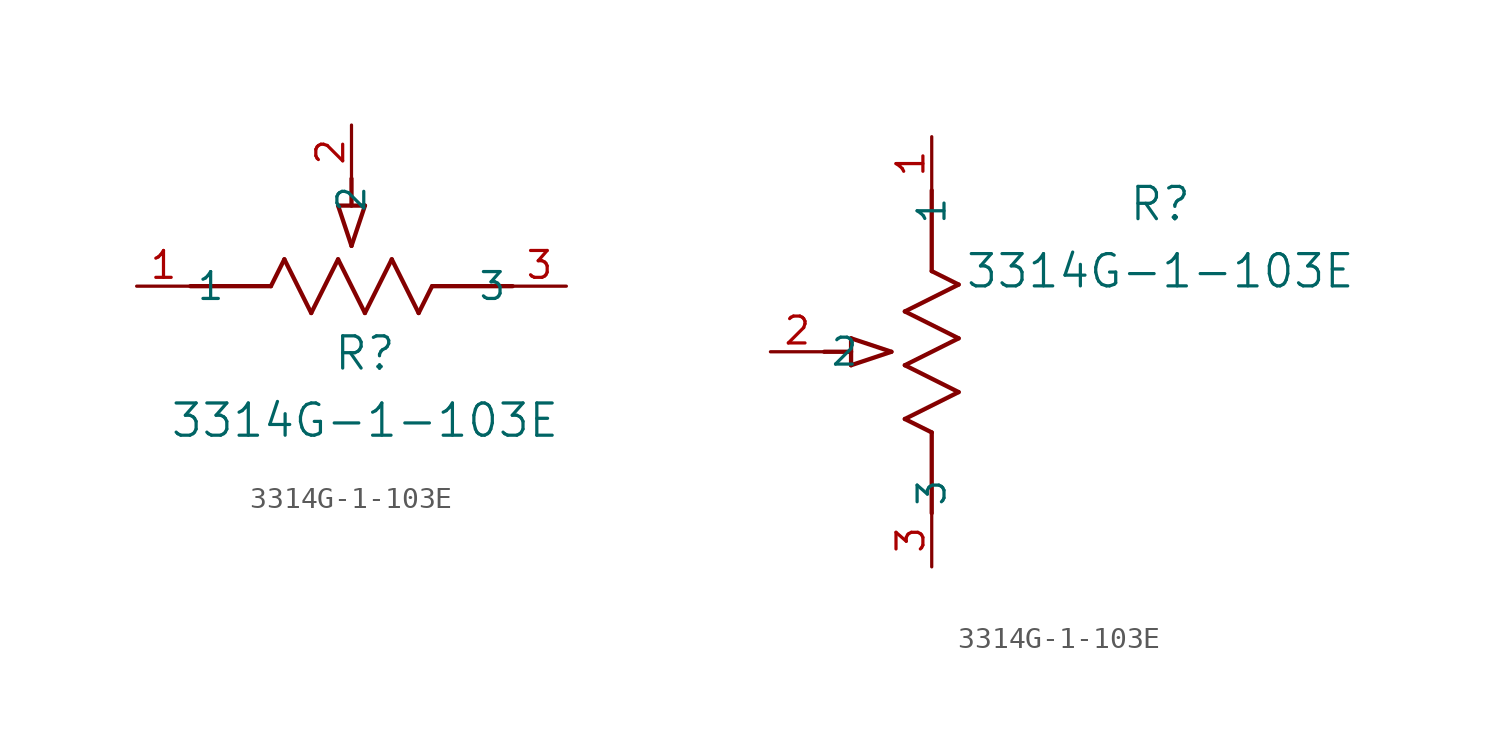
<source format=kicad_sym>
(kicad_symbol_lib
  (version 20211014)
  (generator kicad_symbol_editor)
  (symbol "3314G-1-103E"
    (pin_names
      (offset 0.254))
    (property "Reference" "R"
      (at 10.795 -3.175 0)
      (effects (font (size 1.524 1.524))))
    (property "Value" "3314G-1-103E"
      (at 10.795 -6.35 0)
      (effects (font (size 1.524 1.524))))
    (symbol "3314G-1-103E_1_1"
      (polyline (pts (xy 9.525 3.81) (xy 10.16 1.905)) (stroke (width 0.203) (type default) (color 0 0 0 0)) (fill (type none)))
      (polyline (pts (xy 10.795 3.81) (xy 10.16 1.905)) (stroke (width 0.203) (type default) (color 0 0 0 0)) (fill (type none)))
      (polyline (pts (xy 9.525 3.81) (xy 10.795 3.81)) (stroke (width 0.203) (type default) (color 0 0 0 0)) (fill (type none)))
      (polyline (pts (xy 10.16 3.81) (xy 10.16 5.08)) (stroke (width 0.203) (type default) (color 0 0 0 0)) (fill (type none)))
      (polyline (pts (xy 6.35 0) (xy 6.985 1.27)) (stroke (width 0.203) (type default) (color 0 0 0 0)) (fill (type none)))
      (polyline (pts (xy 9.525 1.27) (xy 10.795 -1.27)) (stroke (width 0.203) (type default) (color 0 0 0 0)) (fill (type none)))
      (polyline (pts (xy 10.795 -1.27) (xy 12.065 1.27)) (stroke (width 0.203) (type default) (color 0 0 0 0)) (fill (type none)))
      (polyline (pts (xy 8.255 -1.27) (xy 9.525 1.27)) (stroke (width 0.203) (type default) (color 0 0 0 0)) (fill (type none)))
      (polyline (pts (xy 6.985 1.27) (xy 8.255 -1.27)) (stroke (width 0.203) (type default) (color 0 0 0 0)) (fill (type none)))
      (polyline (pts (xy 13.335 -1.27) (xy 13.97 0)) (stroke (width 0.203) (type default) (color 0 0 0 0)) (fill (type none)))
      (polyline (pts (xy 13.97 0) (xy 17.78 0)) (stroke (width 0.203) (type default) (color 0 0 0 0)) (fill (type none)))
      (polyline (pts (xy 2.54 0) (xy 6.35 0)) (stroke (width 0.203) (type default) (color 0 0 0 0)) (fill (type none)))
      (polyline (pts (xy 12.065 1.27) (xy 13.335 -1.27)) (stroke (width 0.203) (type default) (color 0 0 0 0)) (fill (type none)))
      (pin unspecified line (at 20.32 0 180) (length 2.54) (name "3" (effects (font (size 1.27 1.27)))) (number "3" (effects (font (size 1.27 1.27)))))
      (pin unspecified line (at 10.16 7.62 270) (length 2.54) (name "2" (effects (font (size 1.27 1.27)))) (number "2" (effects (font (size 1.27 1.27)))))
      (pin unspecified line (at 0 0 0) (length 2.54) (name "1" (effects (font (size 1.27 1.27)))) (number "1" (effects (font (size 1.27 1.27))))))
    (symbol "3314G-1-103E_1_2"
      (polyline (pts (xy 0 -13.97) (xy -1.27 -13.335)) (stroke (width 0.203) (type default) (color 0 0 0 0)) (fill (type none)))
      (polyline (pts (xy 0 -17.78) (xy 0 -13.97)) (stroke (width 0.203) (type default) (color 0 0 0 0)) (fill (type none)))
      (polyline (pts (xy -3.81 -10.795) (xy -1.905 -10.16)) (stroke (width 0.203) (type default) (color 0 0 0 0)) (fill (type none)))
      (polyline (pts (xy -3.81 -9.525) (xy -1.905 -10.16)) (stroke (width 0.203) (type default) (color 0 0 0 0)) (fill (type none)))
      (polyline (pts (xy -3.81 -10.795) (xy -3.81 -9.525)) (stroke (width 0.203) (type default) (color 0 0 0 0)) (fill (type none)))
      (polyline (pts (xy 1.27 -12.065) (xy -1.27 -10.795)) (stroke (width 0.203) (type default) (color 0 0 0 0)) (fill (type none)))
      (polyline (pts (xy -1.27 -10.795) (xy 1.27 -9.525)) (stroke (width 0.203) (type default) (color 0 0 0 0)) (fill (type none)))
      (polyline (pts (xy 1.27 -9.525) (xy -1.27 -8.255)) (stroke (width 0.203) (type default) (color 0 0 0 0)) (fill (type none)))
      (polyline (pts (xy -1.27 -8.255) (xy 1.27 -6.985)) (stroke (width 0.203) (type default) (color 0 0 0 0)) (fill (type none)))
      (polyline (pts (xy 1.27 -6.985) (xy 0 -6.35)) (stroke (width 0.203) (type default) (color 0 0 0 0)) (fill (type none)))
      (polyline (pts (xy -1.27 -13.335) (xy 1.27 -12.065)) (stroke (width 0.203) (type default) (color 0 0 0 0)) (fill (type none)))
      (polyline (pts (xy 0 -6.35) (xy 0 -2.54)) (stroke (width 0.203) (type default) (color 0 0 0 0)) (fill (type none)))
      (polyline (pts (xy -3.81 -10.16) (xy -5.08 -10.16)) (stroke (width 0.203) (type default) (color 0 0 0 0)) (fill (type none)))
      (pin unspecified line (at 0 -20.32 90) (length 2.54) (name "3" (effects (font (size 1.27 1.27)))) (number "3" (effects (font (size 1.27 1.27)))))
      (pin unspecified line (at -7.62 -10.16 0) (length 2.54) (name "2" (effects (font (size 1.27 1.27)))) (number "2" (effects (font (size 1.27 1.27)))))
      (pin unspecified line (at 0 0 270) (length 2.54) (name "1" (effects (font (size 1.27 1.27)))) (number "1" (effects (font (size 1.27 1.27))))))))
</source>
